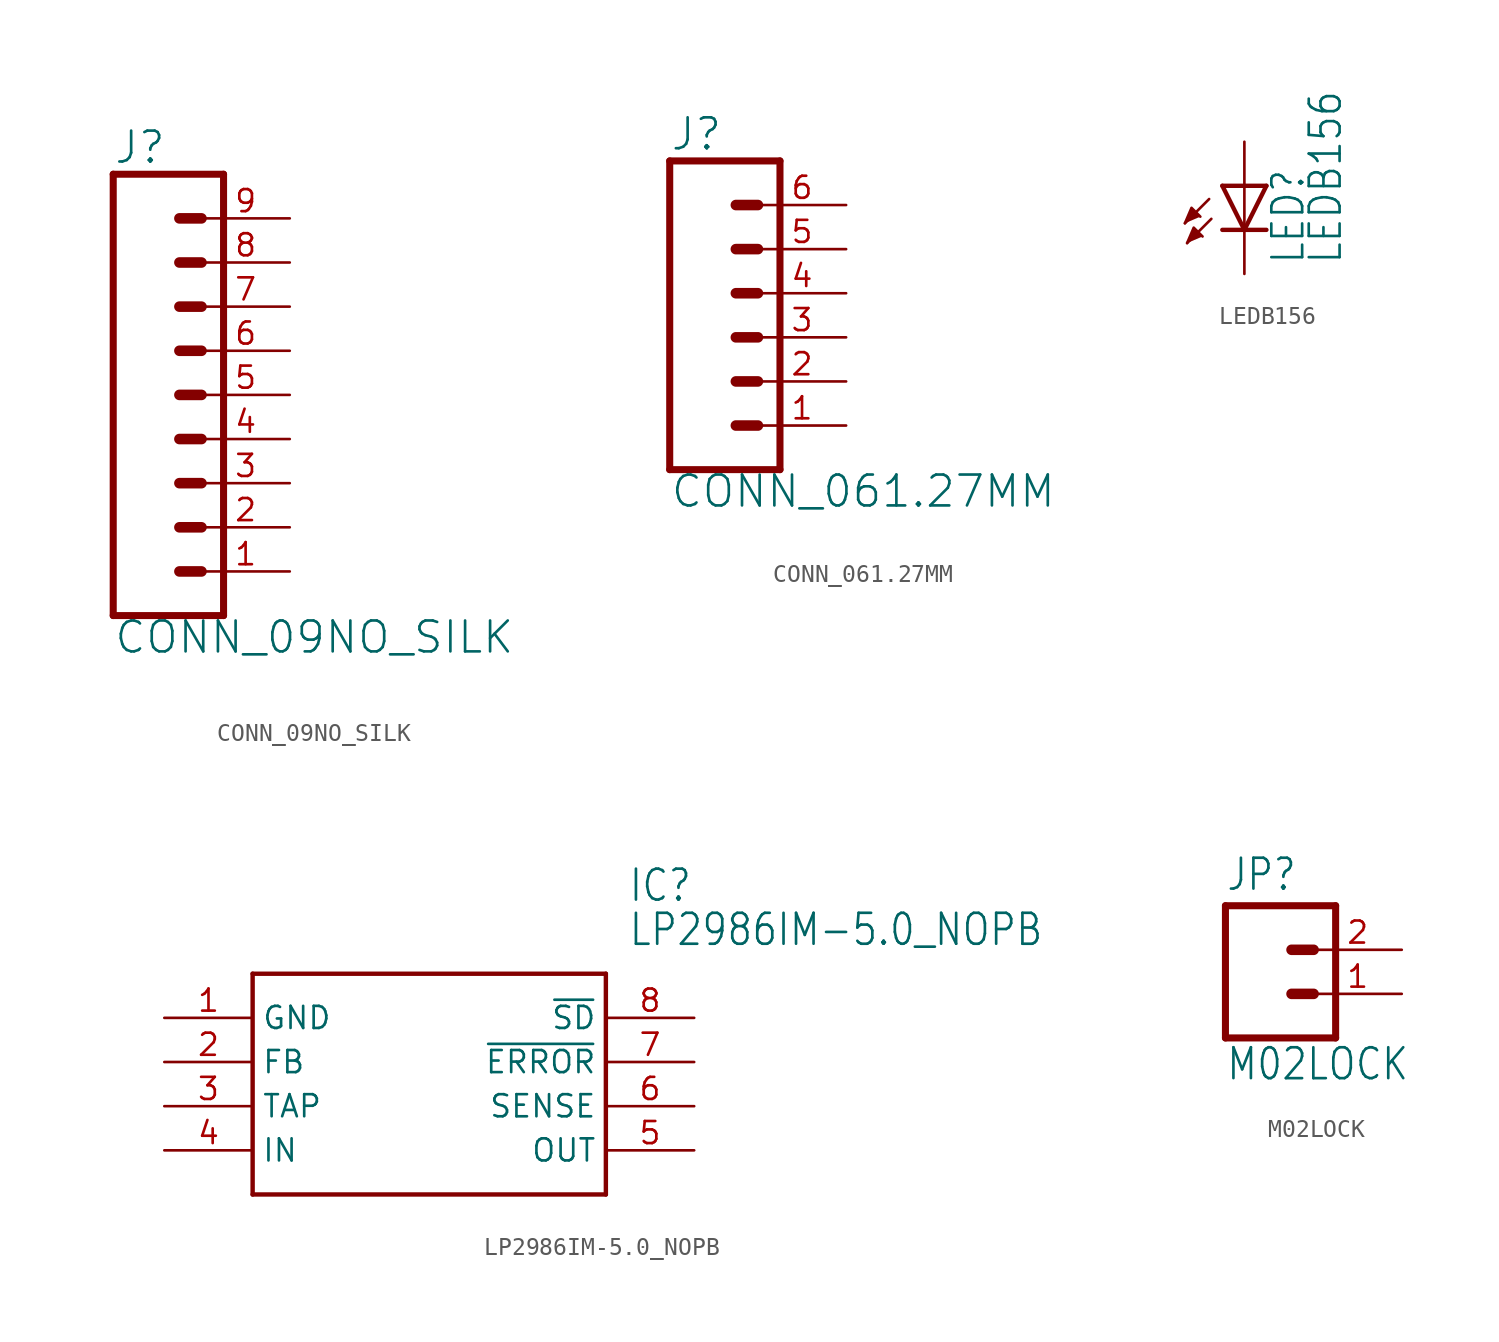
<source format=kicad_sym>
(kicad_symbol_lib
  (version 20211014)
  (generator kicad_symbol_editor)
  (symbol "CONN_09NO_SILK"
    (property "Reference" "J"
      (at 0 13.208 0)
      (effects (font (size 1.778 1.778)) (justify left bottom)))
    (property "Value" "CONN_09NO_SILK"
      (at 0 -14.986 0)
      (effects (font (size 1.778 1.778)) (justify left bottom)))
    (property "ki_locked" ""
      (at 0 0 0)
      (effects (font (size 1.27 1.27))))
    (symbol "CONN_09NO_SILK_1_0"
      (polyline (pts (xy 0 12.7) (xy 0 -12.7)) (stroke (width 0.406) (type default) (color 0 0 0 0)) (fill (type none)))
      (polyline (pts (xy 0 12.7) (xy 6.35 12.7)) (stroke (width 0.406) (type default) (color 0 0 0 0)) (fill (type none)))
      (polyline (pts (xy 3.81 -10.16) (xy 5.08 -10.16)) (stroke (width 0.61) (type default) (color 0 0 0 0)) (fill (type none)))
      (polyline (pts (xy 3.81 -7.62) (xy 5.08 -7.62)) (stroke (width 0.61) (type default) (color 0 0 0 0)) (fill (type none)))
      (polyline (pts (xy 3.81 -5.08) (xy 5.08 -5.08)) (stroke (width 0.61) (type default) (color 0 0 0 0)) (fill (type none)))
      (polyline (pts (xy 3.81 -2.54) (xy 5.08 -2.54)) (stroke (width 0.61) (type default) (color 0 0 0 0)) (fill (type none)))
      (polyline (pts (xy 3.81 0) (xy 5.08 0)) (stroke (width 0.61) (type default) (color 0 0 0 0)) (fill (type none)))
      (polyline (pts (xy 3.81 2.54) (xy 5.08 2.54)) (stroke (width 0.61) (type default) (color 0 0 0 0)) (fill (type none)))
      (polyline (pts (xy 3.81 5.08) (xy 5.08 5.08)) (stroke (width 0.61) (type default) (color 0 0 0 0)) (fill (type none)))
      (polyline (pts (xy 3.81 7.62) (xy 5.08 7.62)) (stroke (width 0.61) (type default) (color 0 0 0 0)) (fill (type none)))
      (polyline (pts (xy 3.81 10.16) (xy 5.08 10.16)) (stroke (width 0.61) (type default) (color 0 0 0 0)) (fill (type none)))
      (polyline (pts (xy 6.35 -12.7) (xy 0 -12.7)) (stroke (width 0.406) (type default) (color 0 0 0 0)) (fill (type none)))
      (polyline (pts (xy 6.35 -12.7) (xy 6.35 12.7)) (stroke (width 0.406) (type default) (color 0 0 0 0)) (fill (type none)))
      (pin passive line (at 10.16 -10.16 180) (length 5.08) (name "1" (effects (font (size 0 0)))) (number "1" (effects (font (size 1.27 1.27)))))
      (pin passive line (at 10.16 -7.62 180) (length 5.08) (name "2" (effects (font (size 0 0)))) (number "2" (effects (font (size 1.27 1.27)))))
      (pin passive line (at 10.16 -5.08 180) (length 5.08) (name "3" (effects (font (size 0 0)))) (number "3" (effects (font (size 1.27 1.27)))))
      (pin passive line (at 10.16 -2.54 180) (length 5.08) (name "4" (effects (font (size 0 0)))) (number "4" (effects (font (size 1.27 1.27)))))
      (pin passive line (at 10.16 0 180) (length 5.08) (name "5" (effects (font (size 0 0)))) (number "5" (effects (font (size 1.27 1.27)))))
      (pin passive line (at 10.16 2.54 180) (length 5.08) (name "6" (effects (font (size 0 0)))) (number "6" (effects (font (size 1.27 1.27)))))
      (pin passive line (at 10.16 5.08 180) (length 5.08) (name "7" (effects (font (size 0 0)))) (number "7" (effects (font (size 1.27 1.27)))))
      (pin passive line (at 10.16 7.62 180) (length 5.08) (name "8" (effects (font (size 0 0)))) (number "8" (effects (font (size 1.27 1.27)))))
      (pin passive line (at 10.16 10.16 180) (length 5.08) (name "9" (effects (font (size 0 0)))) (number "9" (effects (font (size 1.27 1.27)))))))
  (symbol "CONN_061.27MM"
    (property "Reference" "J"
      (at -5.08 10.668 0)
      (effects (font (size 1.778 1.778)) (justify left bottom)))
    (property "Value" "CONN_061.27MM"
      (at -5.08 -9.906 0)
      (effects (font (size 1.778 1.778)) (justify left bottom)))
    (property "ki_locked" ""
      (at 0 0 0)
      (effects (font (size 1.27 1.27))))
    (symbol "CONN_061.27MM_1_0"
      (polyline (pts (xy -5.08 10.16) (xy -5.08 -7.62)) (stroke (width 0.406) (type default) (color 0 0 0 0)) (fill (type none)))
      (polyline (pts (xy -5.08 10.16) (xy 1.27 10.16)) (stroke (width 0.406) (type default) (color 0 0 0 0)) (fill (type none)))
      (polyline (pts (xy -1.27 -5.08) (xy 0 -5.08)) (stroke (width 0.61) (type default) (color 0 0 0 0)) (fill (type none)))
      (polyline (pts (xy -1.27 -2.54) (xy 0 -2.54)) (stroke (width 0.61) (type default) (color 0 0 0 0)) (fill (type none)))
      (polyline (pts (xy -1.27 0) (xy 0 0)) (stroke (width 0.61) (type default) (color 0 0 0 0)) (fill (type none)))
      (polyline (pts (xy -1.27 2.54) (xy 0 2.54)) (stroke (width 0.61) (type default) (color 0 0 0 0)) (fill (type none)))
      (polyline (pts (xy -1.27 5.08) (xy 0 5.08)) (stroke (width 0.61) (type default) (color 0 0 0 0)) (fill (type none)))
      (polyline (pts (xy -1.27 7.62) (xy 0 7.62)) (stroke (width 0.61) (type default) (color 0 0 0 0)) (fill (type none)))
      (polyline (pts (xy 1.27 -7.62) (xy -5.08 -7.62)) (stroke (width 0.406) (type default) (color 0 0 0 0)) (fill (type none)))
      (polyline (pts (xy 1.27 -7.62) (xy 1.27 10.16)) (stroke (width 0.406) (type default) (color 0 0 0 0)) (fill (type none)))
      (pin passive line (at 5.08 -5.08 180) (length 5.08) (name "1" (effects (font (size 0 0)))) (number "1" (effects (font (size 1.27 1.27)))))
      (pin passive line (at 5.08 -2.54 180) (length 5.08) (name "2" (effects (font (size 0 0)))) (number "2" (effects (font (size 1.27 1.27)))))
      (pin passive line (at 5.08 0 180) (length 5.08) (name "3" (effects (font (size 0 0)))) (number "3" (effects (font (size 1.27 1.27)))))
      (pin passive line (at 5.08 2.54 180) (length 5.08) (name "4" (effects (font (size 0 0)))) (number "4" (effects (font (size 1.27 1.27)))))
      (pin passive line (at 5.08 5.08 180) (length 5.08) (name "5" (effects (font (size 0 0)))) (number "5" (effects (font (size 1.27 1.27)))))
      (pin passive line (at 5.08 7.62 180) (length 5.08) (name "6" (effects (font (size 0 0)))) (number "6" (effects (font (size 1.27 1.27)))))))
  (symbol "LEDB156"
    (property "Reference" "LED"
      (at 3.556 -4.572 90)
      (effects (font (size 1.778 1.511)) (justify left bottom)))
    (property "Value" "LEDB156"
      (at 5.715 -4.572 90)
      (effects (font (size 1.778 1.511)) (justify left bottom)))
    (property "ki_locked" ""
      (at 0 0 0)
      (effects (font (size 1.27 1.27))))
    (symbol "LEDB156_1_0"
      (polyline (pts (xy -2.032 -0.762) (xy -3.429 -2.159)) (stroke (width 0.152) (type default) (color 0 0 0 0)) (fill (type none)))
      (polyline (pts (xy -1.905 -1.905) (xy -3.302 -3.302)) (stroke (width 0.152) (type default) (color 0 0 0 0)) (fill (type none)))
      (polyline (pts (xy 0 -2.54) (xy -1.27 -2.54)) (stroke (width 0.254) (type default) (color 0 0 0 0)) (fill (type none)))
      (polyline (pts (xy 0 -2.54) (xy -1.27 0)) (stroke (width 0.254) (type default) (color 0 0 0 0)) (fill (type none)))
      (polyline (pts (xy 0 0) (xy -1.27 0)) (stroke (width 0.254) (type default) (color 0 0 0 0)) (fill (type none)))
      (polyline (pts (xy 0 0) (xy 0 -2.54)) (stroke (width 0.152) (type default) (color 0 0 0 0)) (fill (type none)))
      (polyline (pts (xy 1.27 -2.54) (xy 0 -2.54)) (stroke (width 0.254) (type default) (color 0 0 0 0)) (fill (type none)))
      (polyline (pts (xy 1.27 0) (xy 0 -2.54)) (stroke (width 0.254) (type default) (color 0 0 0 0)) (fill (type none)))
      (polyline (pts (xy 1.27 0) (xy 0 0)) (stroke (width 0.254) (type default) (color 0 0 0 0)) (fill (type none)))
      (polyline (pts (xy -3.429 -2.159) (xy -3.048 -1.27) (xy -2.54 -1.778)) (stroke (width 0) (type default) (color 0 0 0 0)) (fill (type outline)))
      (polyline (pts (xy -3.302 -3.302) (xy -2.921 -2.413) (xy -2.413 -2.921)) (stroke (width 0) (type default) (color 0 0 0 0)) (fill (type outline)))
      (pin passive line (at 0 2.54 270) (length 2.54) (name "A" (effects (font (size 0 0)))) (number "A" (effects (font (size 0 0)))))
      (pin passive line (at 0 -5.08 90) (length 2.54) (name "C" (effects (font (size 0 0)))) (number "K" (effects (font (size 0 0)))))))
  (symbol "LP2986IM-5.0_NOPB"
    (property "Reference" "IC"
      (at 26.67 7.62 0)
      (effects (font (size 1.778 1.511)) (justify left)))
    (property "Value" "LP2986IM-5.0_NOPB"
      (at 26.67 5.08 0)
      (effects (font (size 1.778 1.511)) (justify left)))
    (property "ki_locked" ""
      (at 0 0 0)
      (effects (font (size 1.27 1.27))))
    (symbol "LP2986IM-5.0_NOPB_1_0"
      (polyline (pts (xy 5.08 2.54) (xy 5.08 -10.16)) (stroke (width 0.254) (type default) (color 0 0 0 0)) (fill (type none)))
      (polyline (pts (xy 5.08 2.54) (xy 25.4 2.54)) (stroke (width 0.254) (type default) (color 0 0 0 0)) (fill (type none)))
      (polyline (pts (xy 25.4 -10.16) (xy 5.08 -10.16)) (stroke (width 0.254) (type default) (color 0 0 0 0)) (fill (type none)))
      (polyline (pts (xy 25.4 -10.16) (xy 25.4 2.54)) (stroke (width 0.254) (type default) (color 0 0 0 0)) (fill (type none)))
      (pin power_in line (at 0 0 0) (length 5.08) (name "GND" (effects (font (size 1.27 1.27)))) (number "1" (effects (font (size 1.27 1.27)))))
      (pin bidirectional line (at 0 -2.54 0) (length 5.08) (name "FB" (effects (font (size 1.27 1.27)))) (number "2" (effects (font (size 1.27 1.27)))))
      (pin bidirectional line (at 0 -5.08 0) (length 5.08) (name "TAP" (effects (font (size 1.27 1.27)))) (number "3" (effects (font (size 1.27 1.27)))))
      (pin input line (at 0 -7.62 0) (length 5.08) (name "IN" (effects (font (size 1.27 1.27)))) (number "4" (effects (font (size 1.27 1.27)))))
      (pin output line (at 30.48 -7.62 180) (length 5.08) (name "OUT" (effects (font (size 1.27 1.27)))) (number "5" (effects (font (size 1.27 1.27)))))
      (pin bidirectional line (at 30.48 -5.08 180) (length 5.08) (name "SENSE" (effects (font (size 1.27 1.27)))) (number "6" (effects (font (size 1.27 1.27)))))
      (pin bidirectional line (at 30.48 -2.54 180) (length 5.08) (name "~{ERROR}" (effects (font (size 1.27 1.27)))) (number "7" (effects (font (size 1.27 1.27)))))
      (pin bidirectional line (at 30.48 0 180) (length 5.08) (name "~{SD}" (effects (font (size 1.27 1.27)))) (number "8" (effects (font (size 1.27 1.27)))))))
  (symbol "M02LOCK"
    (property "Reference" "JP"
      (at -2.54 5.842 0)
      (effects (font (size 1.778 1.511)) (justify left bottom)))
    (property "Value" "M02LOCK"
      (at -2.54 -5.08 0)
      (effects (font (size 1.778 1.511)) (justify left bottom)))
    (property "ki_locked" ""
      (at 0 0 0)
      (effects (font (size 1.27 1.27))))
    (symbol "M02LOCK_1_0"
      (polyline (pts (xy -2.54 5.08) (xy -2.54 -2.54)) (stroke (width 0.406) (type default) (color 0 0 0 0)) (fill (type none)))
      (polyline (pts (xy -2.54 5.08) (xy 3.81 5.08)) (stroke (width 0.406) (type default) (color 0 0 0 0)) (fill (type none)))
      (polyline (pts (xy 1.27 0) (xy 2.54 0)) (stroke (width 0.61) (type default) (color 0 0 0 0)) (fill (type none)))
      (polyline (pts (xy 1.27 2.54) (xy 2.54 2.54)) (stroke (width 0.61) (type default) (color 0 0 0 0)) (fill (type none)))
      (polyline (pts (xy 3.81 -2.54) (xy -2.54 -2.54)) (stroke (width 0.406) (type default) (color 0 0 0 0)) (fill (type none)))
      (polyline (pts (xy 3.81 -2.54) (xy 3.81 5.08)) (stroke (width 0.406) (type default) (color 0 0 0 0)) (fill (type none)))
      (pin passive line (at 7.62 0 180) (length 5.08) (name "1" (effects (font (size 0 0)))) (number "1" (effects (font (size 1.27 1.27)))))
      (pin passive line (at 7.62 2.54 180) (length 5.08) (name "2" (effects (font (size 0 0)))) (number "2" (effects (font (size 1.27 1.27))))))))
</source>
